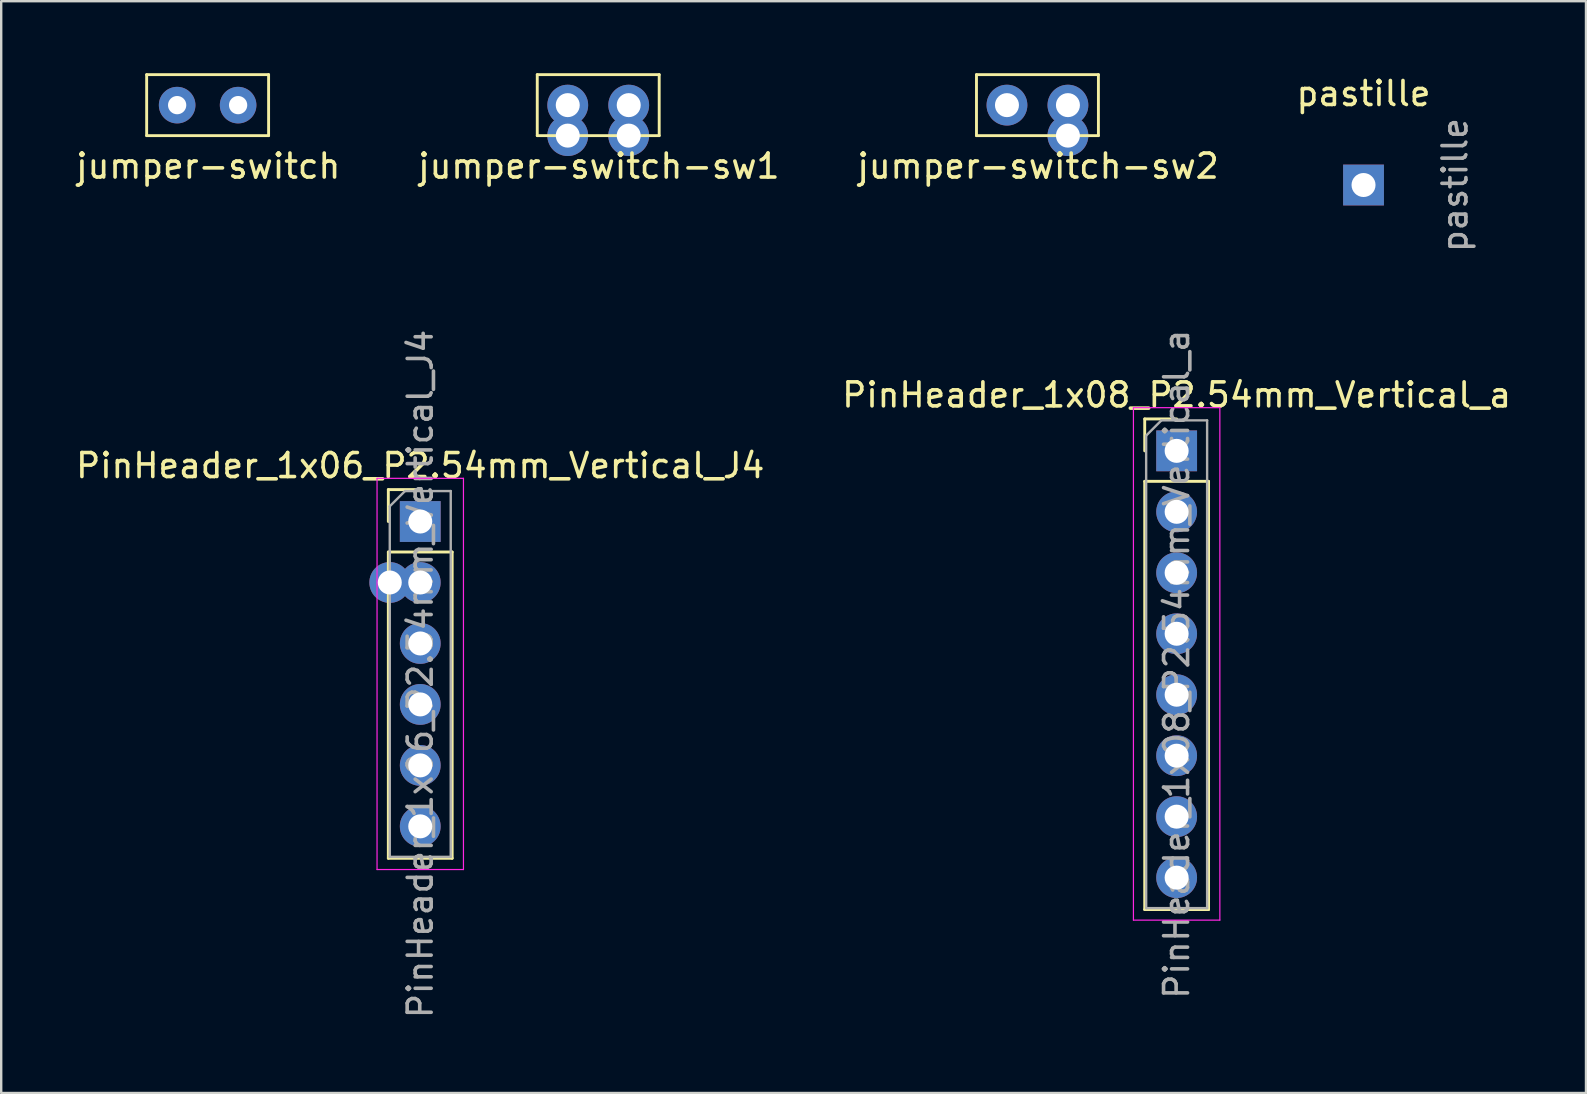
<source format=kicad_pcb>
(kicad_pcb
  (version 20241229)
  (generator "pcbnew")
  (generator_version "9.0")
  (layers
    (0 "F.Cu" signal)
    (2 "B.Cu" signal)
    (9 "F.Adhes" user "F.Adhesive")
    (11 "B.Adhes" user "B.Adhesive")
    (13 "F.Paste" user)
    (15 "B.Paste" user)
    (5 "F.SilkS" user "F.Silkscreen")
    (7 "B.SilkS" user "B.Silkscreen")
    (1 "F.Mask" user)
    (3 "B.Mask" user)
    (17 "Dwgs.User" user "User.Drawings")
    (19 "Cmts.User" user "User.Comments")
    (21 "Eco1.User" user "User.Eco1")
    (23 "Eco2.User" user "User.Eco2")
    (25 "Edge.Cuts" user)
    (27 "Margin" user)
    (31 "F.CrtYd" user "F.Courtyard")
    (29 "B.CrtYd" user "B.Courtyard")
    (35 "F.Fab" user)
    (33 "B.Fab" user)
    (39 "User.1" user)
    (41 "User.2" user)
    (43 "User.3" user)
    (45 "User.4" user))
  (footprint "jumper-switch-sw1"
    (layer "F.Cu")
    (at 21.873 1.33)
    (property "Reference" "jumper-switch-sw1" (at 0.025 2.54 0) (layer "F.SilkS") (effects (font (size 1 1) (thickness 0.15))))
    (attr through_hole)
    (fp_line (start -2.54 -1.27) (end 2.54 -1.27) (stroke (width 0.12) (type solid)) (layer "F.SilkS"))
    (fp_line (start -2.54 1.27) (end -2.54 -1.27) (stroke (width 0.12) (type solid)) (layer "F.SilkS"))
    (fp_line (start 2.54 -1.27) (end 2.54 1.27) (stroke (width 0.12) (type solid)) (layer "F.SilkS"))
    (fp_line (start 2.54 1.27) (end -2.54 1.27) (stroke (width 0.12) (type solid)) (layer "F.SilkS"))
    (pad "1" thru_hole circle (at -1.27 0) (size 1.7 1.7) (drill oval 1) (layers "*.Cu" "*.Mask"))
    (pad "2" thru_hole circle (at 1.27 0) (size 1.7 1.7) (drill oval 1) (layers "*.Cu" "*.Mask"))
    (pad "3" thru_hole circle (at 1.27 1.27) (size 1.7 1.7) (drill oval 1) (layers "*.Cu" "*.Mask"))
    (pad "4" thru_hole circle (at -1.27 1.27) (size 1.7 1.7) (drill oval 1) (layers "*.Cu" "*.Mask")))
  (footprint "PinHeader_1x08_P2.54mm_Vertical_a"
    (layer "F.Cu")
    (at 45.97 15.733)
    (property "Reference" "PinHeader_1x08_P2.54mm_Vertical_a" (at 0 -2.33 0) (layer "F.SilkS") (effects (font (size 1 1) (thickness 0.15))))
    (attr through_hole)
    (fp_line (start -1.33 -1.33) (end 0 -1.33) (stroke (width 0.12) (type solid)) (layer "F.SilkS"))
    (fp_line (start -1.33 0) (end -1.33 -1.33) (stroke (width 0.12) (type solid)) (layer "F.SilkS"))
    (fp_line (start -1.33 1.27) (end -1.33 19.11) (stroke (width 0.12) (type solid)) (layer "F.SilkS"))
    (fp_line (start -1.33 1.27) (end 1.33 1.27) (stroke (width 0.12) (type solid)) (layer "F.SilkS"))
    (fp_line (start -1.33 19.11) (end 1.33 19.11) (stroke (width 0.12) (type solid)) (layer "F.SilkS"))
    (fp_line (start 1.33 1.27) (end 1.33 19.11) (stroke (width 0.12) (type solid)) (layer "F.SilkS"))
    (fp_line (start -1.8 -1.8) (end -1.8 19.55) (stroke (width 0.05) (type solid)) (layer "F.CrtYd"))
    (fp_line (start -1.8 19.55) (end 1.8 19.55) (stroke (width 0.05) (type solid)) (layer "F.CrtYd"))
    (fp_line (start 1.8 -1.8) (end -1.8 -1.8) (stroke (width 0.05) (type solid)) (layer "F.CrtYd"))
    (fp_line (start 1.8 19.55) (end 1.8 -1.8) (stroke (width 0.05) (type solid)) (layer "F.CrtYd"))
    (fp_line (start -1.27 -0.635) (end -0.635 -1.27) (stroke (width 0.1) (type solid)) (layer "F.Fab"))
    (fp_line (start -1.27 19.05) (end -1.27 -0.635) (stroke (width 0.1) (type solid)) (layer "F.Fab"))
    (fp_line (start -0.635 -1.27) (end 1.27 -1.27) (stroke (width 0.1) (type solid)) (layer "F.Fab"))
    (fp_line (start 1.27 -1.27) (end 1.27 19.05) (stroke (width 0.1) (type solid)) (layer "F.Fab"))
    (fp_line (start 1.27 19.05) (end -1.27 19.05) (stroke (width 0.1) (type solid)) (layer "F.Fab"))
    (fp_text user "${REFERENCE}" (at 0 8.89 90) (layer "F.Fab") (effects (font (size 1 1) (thickness 0.15))))
    (pad "A0" thru_hole oval (at 0 15.24) (size 1.7 1.7) (drill 1) (layers "*.Cu" "*.Mask"))
    (pad "A1" thru_hole oval (at 0 12.7) (size 1.7 1.7) (drill 1) (layers "*.Cu" "*.Mask"))
    (pad "A2" thru_hole oval (at 0 10.16) (size 1.7 1.7) (drill 1) (layers "*.Cu" "*.Mask"))
    (pad "A3" thru_hole oval (at 0 7.62) (size 1.7 1.7) (drill 1) (layers "*.Cu" "*.Mask"))
    (pad "A4" thru_hole oval (at 0 5.08) (size 1.7 1.7) (drill 1) (layers "*.Cu" "*.Mask"))
    (pad "A5" thru_hole oval (at 0 2.54) (size 1.7 1.7) (drill 1) (layers "*.Cu" "*.Mask"))
    (pad "A6" thru_hole rect (at 0 0) (size 1.7 1.7) (drill 1) (layers "*.Cu" "*.Mask"))
    (pad "AREF" thru_hole oval (at 0 17.78) (size 1.7 1.7) (drill 1) (layers "*.Cu" "*.Mask")))
  (footprint "jumper-switch"
    (layer "F.Cu")
    (at 5.6 1.33)
    (property "Reference" "jumper-switch" (at 0.025 2.54 0) (layer "F.SilkS") (effects (font (size 1 1) (thickness 0.15))))
    (attr through_hole)
    (fp_line (start -2.54 -1.27) (end 2.54 -1.27) (stroke (width 0.12) (type solid)) (layer "F.SilkS"))
    (fp_line (start -2.54 1.27) (end -2.54 -1.27) (stroke (width 0.12) (type solid)) (layer "F.SilkS"))
    (fp_line (start 2.54 -1.27) (end 2.54 1.27) (stroke (width 0.12) (type solid)) (layer "F.SilkS"))
    (fp_line (start 2.54 1.27) (end -2.54 1.27) (stroke (width 0.12) (type solid)) (layer "F.SilkS"))
    (pad "1" thru_hole circle (at -1.27 0) (size 1.524 1.524) (drill 0.762) (layers "*.Cu" "*.Mask"))
    (pad "2" thru_hole circle (at 1.27 0) (size 1.524 1.524) (drill 0.762) (layers "*.Cu" "*.Mask")))
  (footprint "PinHeader_1x06_P2.54mm_Vertical_J4"
    (layer "F.Cu")
    (at 14.458 18.677)
    (property "Reference" "PinHeader_1x06_P2.54mm_Vertical_J4" (at 0 -2.33 0) (layer "F.SilkS") (effects (font (size 1 1) (thickness 0.15))))
    (attr through_hole)
    (fp_line (start -1.33 -1.33) (end 0 -1.33) (stroke (width 0.12) (type solid)) (layer "F.SilkS"))
    (fp_line (start -1.33 0) (end -1.33 -1.33) (stroke (width 0.12) (type solid)) (layer "F.SilkS"))
    (fp_line (start -1.33 1.27) (end -1.33 14.03) (stroke (width 0.12) (type solid)) (layer "F.SilkS"))
    (fp_line (start -1.33 1.27) (end 1.33 1.27) (stroke (width 0.12) (type solid)) (layer "F.SilkS"))
    (fp_line (start -1.33 14.03) (end 1.33 14.03) (stroke (width 0.12) (type solid)) (layer "F.SilkS"))
    (fp_line (start 1.33 1.27) (end 1.33 14.03) (stroke (width 0.12) (type solid)) (layer "F.SilkS"))
    (fp_line (start -1.8 -1.8) (end -1.8 14.5) (stroke (width 0.05) (type solid)) (layer "F.CrtYd"))
    (fp_line (start -1.8 14.5) (end 1.8 14.5) (stroke (width 0.05) (type solid)) (layer "F.CrtYd"))
    (fp_line (start 1.8 -1.8) (end -1.8 -1.8) (stroke (width 0.05) (type solid)) (layer "F.CrtYd"))
    (fp_line (start 1.8 14.5) (end 1.8 -1.8) (stroke (width 0.05) (type solid)) (layer "F.CrtYd"))
    (fp_line (start -1.27 -0.635) (end -0.635 -1.27) (stroke (width 0.1) (type solid)) (layer "F.Fab"))
    (fp_line (start -1.27 13.97) (end -1.27 -0.635) (stroke (width 0.1) (type solid)) (layer "F.Fab"))
    (fp_line (start -0.635 -1.27) (end 1.27 -1.27) (stroke (width 0.1) (type solid)) (layer "F.Fab"))
    (fp_line (start 1.27 -1.27) (end 1.27 13.97) (stroke (width 0.1) (type solid)) (layer "F.Fab"))
    (fp_line (start 1.27 13.97) (end -1.27 13.97) (stroke (width 0.1) (type solid)) (layer "F.Fab"))
    (fp_text user "${REFERENCE}" (at 0 6.35 90) (layer "F.Fab") (effects (font (size 1 1) (thickness 0.15))))
    (pad "1" thru_hole rect (at 0 0) (size 1.7 1.7) (drill 1) (layers "*.Cu" "*.Mask"))
    (pad "2" thru_hole oval (at 0 2.54) (size 1.7 1.7) (drill oval 1) (layers "*.Cu" "*.Mask"))
    (pad "3" thru_hole oval (at 0 5.08) (size 1.7 1.7) (drill 1) (layers "*.Cu" "*.Mask"))
    (pad "4" thru_hole oval (at 0 7.62) (size 1.7 1.7) (drill 1) (layers "*.Cu" "*.Mask"))
    (pad "5" thru_hole oval (at 0 10.16) (size 1.7 1.7) (drill 1) (layers "*.Cu" "*.Mask"))
    (pad "6" thru_hole oval (at 0 12.7) (size 1.7 1.7) (drill 1) (layers "*.Cu" "*.Mask"))
    (pad "7" thru_hole oval (at -1.27 2.54) (size 1.7 1.7) (drill oval 1) (layers "*.Cu" "*.Mask")))
  (footprint "pastille"
    (layer "F.Cu")
    (at 53.756 4.658)
    (property "Reference" "pastille" (at 0 -3.81 0) (layer "F.SilkS") (effects (font (size 1 1) (thickness 0.15))))
    (attr through_hole)
    (fp_text user "${REFERENCE}" (at 3.81 0 90) (layer "F.Fab") (effects (font (size 1 1) (thickness 0.15))))
    (pad "1" thru_hole rect (at 0 0) (size 1.7 1.7) (drill 1) (layers "*.Cu" "*.Mask")))
  (footprint "jumper-switch-sw2"
    (layer "F.Cu")
    (at 40.171 1.33)
    (property "Reference" "jumper-switch-sw2" (at 0.025 2.54 0) (layer "F.SilkS") (effects (font (size 1 1) (thickness 0.15))))
    (attr through_hole)
    (fp_line (start -2.54 -1.27) (end 2.54 -1.27) (stroke (width 0.12) (type solid)) (layer "F.SilkS"))
    (fp_line (start -2.54 1.27) (end -2.54 -1.27) (stroke (width 0.12) (type solid)) (layer "F.SilkS"))
    (fp_line (start 2.54 -1.27) (end 2.54 1.27) (stroke (width 0.12) (type solid)) (layer "F.SilkS"))
    (fp_line (start 2.54 1.27) (end -2.54 1.27) (stroke (width 0.12) (type solid)) (layer "F.SilkS"))
    (pad "1" thru_hole circle (at -1.27 0) (size 1.7 1.7) (drill 1) (layers "*.Cu" "*.Mask"))
    (pad "2" thru_hole circle (at 1.27 0) (size 1.7 1.7) (drill oval 1) (layers "*.Cu" "*.Mask"))
    (pad "4" thru_hole circle (at 1.27 1.27) (size 1.7 1.7) (drill oval 1) (layers "*.Cu" "*.Mask")))
  (gr_rect
    (start -3 -3)
    (end 63.024 42.486)
    (stroke (width 0.1) (type default))
    (fill no)
    (layer "Edge.Cuts")))
</source>
